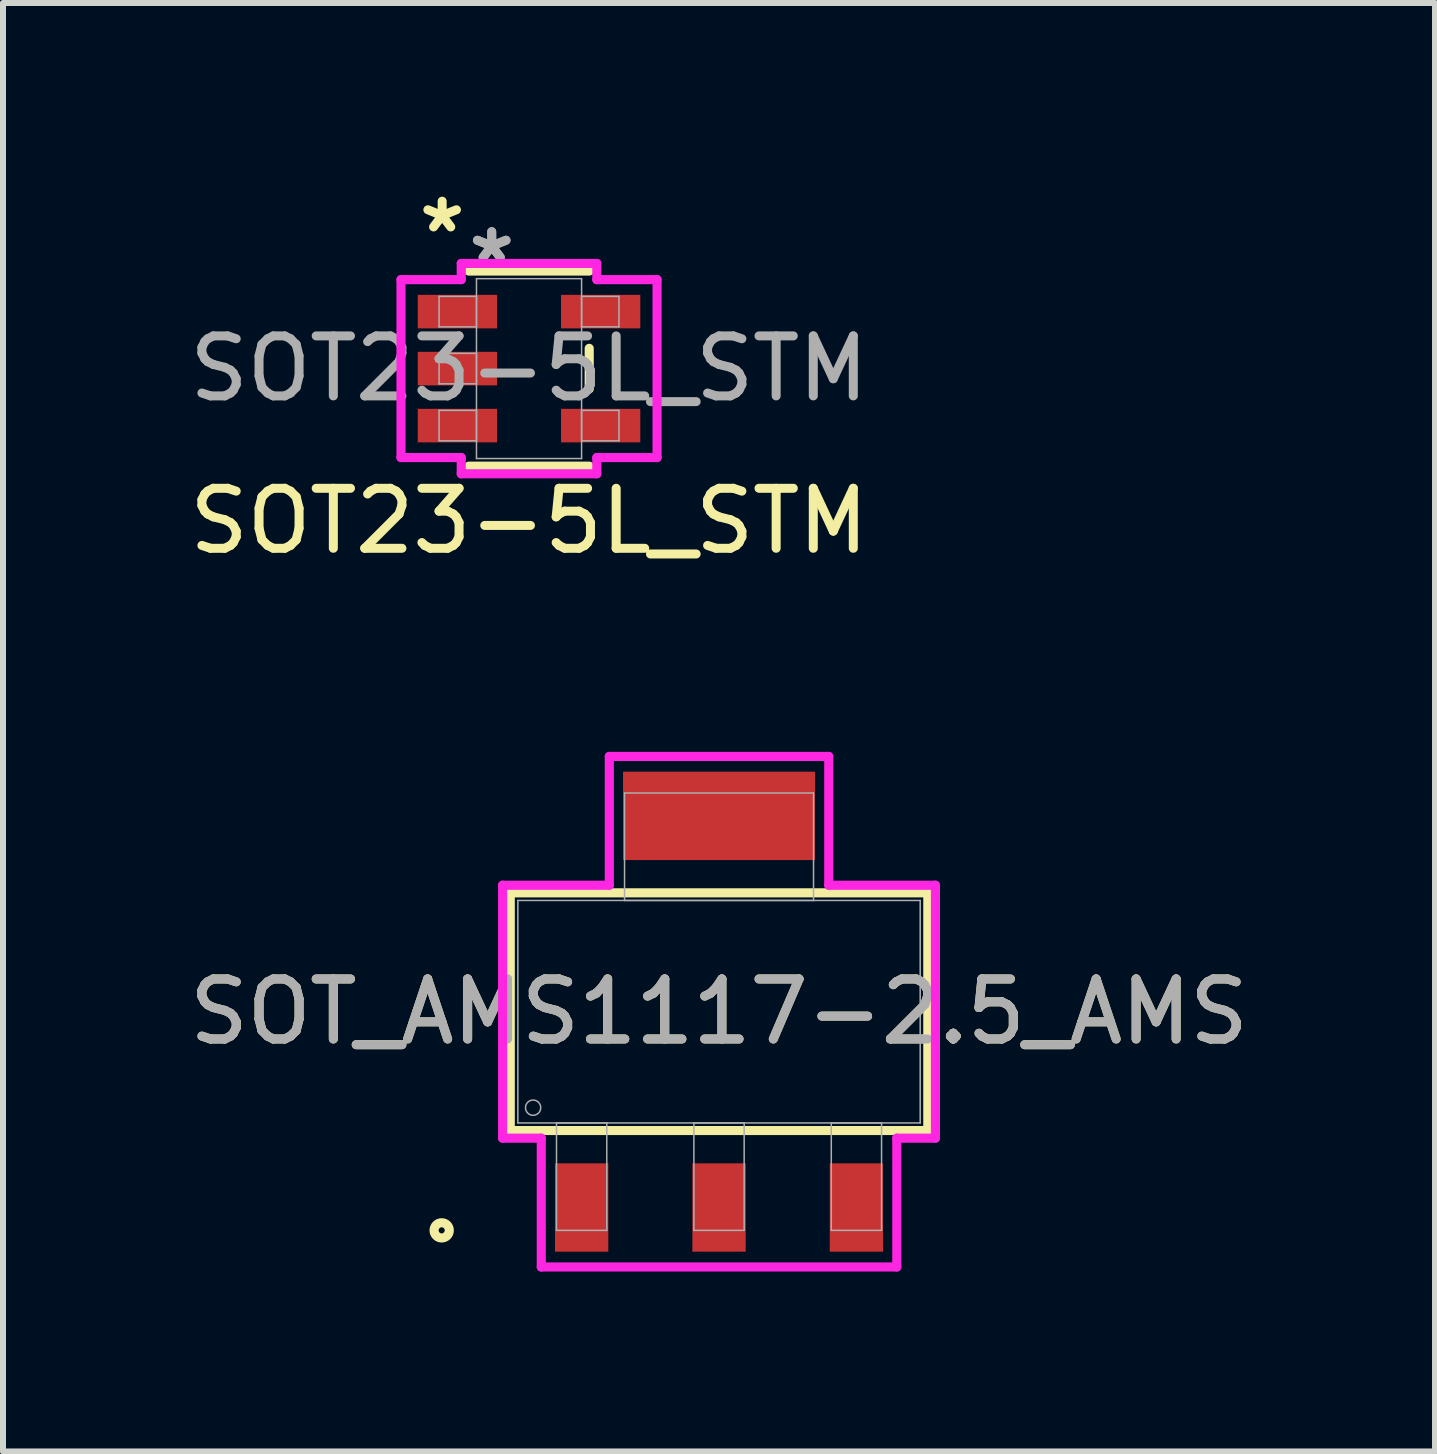
<source format=kicad_pcb>
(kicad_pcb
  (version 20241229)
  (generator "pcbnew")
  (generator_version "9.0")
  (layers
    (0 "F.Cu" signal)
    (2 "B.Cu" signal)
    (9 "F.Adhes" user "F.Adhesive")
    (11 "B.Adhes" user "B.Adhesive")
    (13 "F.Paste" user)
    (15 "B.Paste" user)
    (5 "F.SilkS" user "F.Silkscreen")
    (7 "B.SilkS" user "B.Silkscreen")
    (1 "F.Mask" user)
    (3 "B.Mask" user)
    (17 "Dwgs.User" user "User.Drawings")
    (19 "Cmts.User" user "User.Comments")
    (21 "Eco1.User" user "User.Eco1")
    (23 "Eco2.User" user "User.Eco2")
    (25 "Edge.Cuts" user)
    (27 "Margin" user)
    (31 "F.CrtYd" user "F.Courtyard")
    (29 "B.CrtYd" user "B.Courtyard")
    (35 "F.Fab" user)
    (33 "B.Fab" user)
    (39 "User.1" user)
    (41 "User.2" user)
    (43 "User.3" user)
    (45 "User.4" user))
  (footprint "SOT23-5L_STM"
    (layer "F.Cu")
    (at 5.768 3.094)
    (property "Reference" "SOT23-5L_STM" (at 0 2.54 0) (unlocked yes) (layer "F.SilkS") (effects (font (size 1 1) (thickness 0.15))))
    (attr smd)
    (fp_line (start -1.003 1.626) (end 1.003 1.626) (stroke (width 0.152) (type solid)) (layer "F.SilkS"))
    (fp_line (start 1.003 -1.626) (end -1.003 -1.626) (stroke (width 0.152) (type solid)) (layer "F.SilkS"))
    (fp_line (start 1.003 0.338) (end 1.003 -0.338) (stroke (width 0.152) (type solid)) (layer "F.SilkS"))
    (fp_line (start -2.134 -1.483) (end -1.13 -1.483) (stroke (width 0.152) (type solid)) (layer "F.CrtYd"))
    (fp_line (start -2.134 1.483) (end -2.134 -1.483) (stroke (width 0.152) (type solid)) (layer "F.CrtYd"))
    (fp_line (start -1.13 -1.753) (end 1.13 -1.753) (stroke (width 0.152) (type solid)) (layer "F.CrtYd"))
    (fp_line (start -1.13 -1.483) (end -1.13 -1.753) (stroke (width 0.152) (type solid)) (layer "F.CrtYd"))
    (fp_line (start -1.13 1.483) (end -2.134 1.483) (stroke (width 0.152) (type solid)) (layer "F.CrtYd"))
    (fp_line (start -1.13 1.753) (end -1.13 1.483) (stroke (width 0.152) (type solid)) (layer "F.CrtYd"))
    (fp_line (start 1.13 -1.753) (end 1.13 -1.483) (stroke (width 0.152) (type solid)) (layer "F.CrtYd"))
    (fp_line (start 1.13 -1.483) (end 2.134 -1.483) (stroke (width 0.152) (type solid)) (layer "F.CrtYd"))
    (fp_line (start 1.13 1.483) (end 1.13 1.753) (stroke (width 0.152) (type solid)) (layer "F.CrtYd"))
    (fp_line (start 1.13 1.753) (end -1.13 1.753) (stroke (width 0.152) (type solid)) (layer "F.CrtYd"))
    (fp_line (start 2.134 -1.483) (end 2.134 1.483) (stroke (width 0.152) (type solid)) (layer "F.CrtYd"))
    (fp_line (start 2.134 1.483) (end 1.13 1.483) (stroke (width 0.152) (type solid)) (layer "F.CrtYd"))
    (fp_line (start -1.499 -1.204) (end -1.499 -0.696) (stroke (width 0.025) (type solid)) (layer "F.Fab"))
    (fp_line (start -1.499 -0.696) (end -0.876 -0.696) (stroke (width 0.025) (type solid)) (layer "F.Fab"))
    (fp_line (start -1.499 -0.254) (end -1.499 0.254) (stroke (width 0.025) (type solid)) (layer "F.Fab"))
    (fp_line (start -1.499 0.254) (end -0.876 0.254) (stroke (width 0.025) (type solid)) (layer "F.Fab"))
    (fp_line (start -1.499 0.696) (end -1.499 1.204) (stroke (width 0.025) (type solid)) (layer "F.Fab"))
    (fp_line (start -1.499 1.204) (end -0.876 1.204) (stroke (width 0.025) (type solid)) (layer "F.Fab"))
    (fp_line (start -0.876 -1.499) (end -0.876 1.499) (stroke (width 0.025) (type solid)) (layer "F.Fab"))
    (fp_line (start -0.876 -1.204) (end -1.499 -1.204) (stroke (width 0.025) (type solid)) (layer "F.Fab"))
    (fp_line (start -0.876 -0.696) (end -0.876 -1.204) (stroke (width 0.025) (type solid)) (layer "F.Fab"))
    (fp_line (start -0.876 -0.254) (end -1.499 -0.254) (stroke (width 0.025) (type solid)) (layer "F.Fab"))
    (fp_line (start -0.876 0.254) (end -0.876 -0.254) (stroke (width 0.025) (type solid)) (layer "F.Fab"))
    (fp_line (start -0.876 0.696) (end -1.499 0.696) (stroke (width 0.025) (type solid)) (layer "F.Fab"))
    (fp_line (start -0.876 1.204) (end -0.876 0.696) (stroke (width 0.025) (type solid)) (layer "F.Fab"))
    (fp_line (start -0.876 1.499) (end 0.876 1.499) (stroke (width 0.025) (type solid)) (layer "F.Fab"))
    (fp_line (start 0.876 -1.499) (end -0.876 -1.499) (stroke (width 0.025) (type solid)) (layer "F.Fab"))
    (fp_line (start 0.876 -1.204) (end 0.876 -0.696) (stroke (width 0.025) (type solid)) (layer "F.Fab"))
    (fp_line (start 0.876 -0.696) (end 1.499 -0.696) (stroke (width 0.025) (type solid)) (layer "F.Fab"))
    (fp_line (start 0.876 0.696) (end 0.876 1.204) (stroke (width 0.025) (type solid)) (layer "F.Fab"))
    (fp_line (start 0.876 1.204) (end 1.499 1.204) (stroke (width 0.025) (type solid)) (layer "F.Fab"))
    (fp_line (start 0.876 1.499) (end 0.876 -1.499) (stroke (width 0.025) (type solid)) (layer "F.Fab"))
    (fp_line (start 1.499 -1.204) (end 0.876 -1.204) (stroke (width 0.025) (type solid)) (layer "F.Fab"))
    (fp_line (start 1.499 -0.696) (end 1.499 -1.204) (stroke (width 0.025) (type solid)) (layer "F.Fab"))
    (fp_line (start 1.499 0.696) (end 0.876 0.696) (stroke (width 0.025) (type solid)) (layer "F.Fab"))
    (fp_line (start 1.499 1.204) (end 1.499 0.696) (stroke (width 0.025) (type solid)) (layer "F.Fab"))
    (fp_text user "*" (at -1.448 -2.245 0) (layer "F.SilkS") (effects (font (size 1 1) (thickness 0.15))))
    (fp_text user "*" (at -0.622 -1.737 0) (layer "F.Fab") (effects (font (size 1 1) (thickness 0.15))))
    (fp_text user "${REFERENCE}" (at 0 0 0) (unlocked yes) (layer "F.Fab") (effects (font (size 1 1) (thickness 0.15))))
    (fp_text user "*" (at -0.622 -1.737 0) (unlocked yes) (layer "F.Fab") (effects (font (size 1 1) (thickness 0.15))))
    (pad "1" smd rect (at -1.194 -0.95) (size 1.321 0.559) (layers "F.Cu" "F.Mask" "F.Paste"))
    (pad "2" smd rect (at -1.194 0) (size 1.321 0.559) (layers "F.Cu" "F.Mask" "F.Paste"))
    (pad "3" smd rect (at -1.194 0.95) (size 1.321 0.559) (layers "F.Cu" "F.Mask" "F.Paste"))
    (pad "4" smd rect (at 1.194 0.95) (size 1.321 0.559) (layers "F.Cu" "F.Mask" "F.Paste"))
    (pad "5" smd rect (at 1.194 -0.95) (size 1.321 0.559) (layers "F.Cu" "F.Mask" "F.Paste")))
  (footprint "SOT_AMS1117-2.5_AMS"
    (layer "F.Cu")
    (at 8.935 13.813)
    (property "Reference" "SOT_AMS1117-2.5_AMS" (at 0 0 0) (unlocked yes) (layer "F.SilkS") (effects (font (size 1 1) (thickness 0.15))))
    (attr smd)
    (fp_line (start -3.48 -1.981) (end -3.48 1.981) (stroke (width 0.152) (type solid)) (layer "F.SilkS"))
    (fp_line (start -3.48 1.981) (end 3.48 1.981) (stroke (width 0.152) (type solid)) (layer "F.SilkS"))
    (fp_line (start 3.48 -1.981) (end -3.48 -1.981) (stroke (width 0.152) (type solid)) (layer "F.SilkS"))
    (fp_line (start 3.48 1.981) (end 3.48 -1.981) (stroke (width 0.152) (type solid)) (layer "F.SilkS"))
    (fp_circle (center -4.623 3.645) (end -4.496 3.645) (stroke (width 0.152) (type solid)) (fill no) (layer "F.SilkS"))
    (fp_line (start -3.607 -2.108) (end -1.829 -2.108) (stroke (width 0.152) (type solid)) (layer "F.CrtYd"))
    (fp_line (start -3.607 2.108) (end -3.607 -2.108) (stroke (width 0.152) (type solid)) (layer "F.CrtYd"))
    (fp_line (start -2.963 2.108) (end -3.607 2.108) (stroke (width 0.152) (type solid)) (layer "F.CrtYd"))
    (fp_line (start -2.963 4.255) (end -2.963 2.108) (stroke (width 0.152) (type solid)) (layer "F.CrtYd"))
    (fp_line (start -1.829 -4.255) (end 1.829 -4.255) (stroke (width 0.152) (type solid)) (layer "F.CrtYd"))
    (fp_line (start -1.829 -2.108) (end -1.829 -4.255) (stroke (width 0.152) (type solid)) (layer "F.CrtYd"))
    (fp_line (start 1.829 -4.255) (end 1.829 -2.108) (stroke (width 0.152) (type solid)) (layer "F.CrtYd"))
    (fp_line (start 1.829 -2.108) (end 3.607 -2.108) (stroke (width 0.152) (type solid)) (layer "F.CrtYd"))
    (fp_line (start 2.963 2.108) (end 2.963 4.255) (stroke (width 0.152) (type solid)) (layer "F.CrtYd"))
    (fp_line (start 2.963 4.255) (end -2.963 4.255) (stroke (width 0.152) (type solid)) (layer "F.CrtYd"))
    (fp_line (start 3.607 -2.108) (end 3.607 2.108) (stroke (width 0.152) (type solid)) (layer "F.CrtYd"))
    (fp_line (start 3.607 2.108) (end 2.963 2.108) (stroke (width 0.152) (type solid)) (layer "F.CrtYd"))
    (fp_line (start -3.353 -1.854) (end -3.353 1.854) (stroke (width 0.025) (type solid)) (layer "F.Fab"))
    (fp_line (start -3.353 1.854) (end 3.353 1.854) (stroke (width 0.025) (type solid)) (layer "F.Fab"))
    (fp_line (start -2.709 1.854) (end -2.709 3.645) (stroke (width 0.025) (type solid)) (layer "F.Fab"))
    (fp_line (start -2.709 3.645) (end -1.871 3.645) (stroke (width 0.025) (type solid)) (layer "F.Fab"))
    (fp_line (start -1.871 1.854) (end -2.709 1.854) (stroke (width 0.025) (type solid)) (layer "F.Fab"))
    (fp_line (start -1.871 3.645) (end -1.871 1.854) (stroke (width 0.025) (type solid)) (layer "F.Fab"))
    (fp_line (start -1.575 -3.645) (end -1.575 -1.854) (stroke (width 0.025) (type solid)) (layer "F.Fab"))
    (fp_line (start -1.575 -1.854) (end 1.575 -1.854) (stroke (width 0.025) (type solid)) (layer "F.Fab"))
    (fp_line (start -0.419 1.854) (end -0.419 3.645) (stroke (width 0.025) (type solid)) (layer "F.Fab"))
    (fp_line (start -0.419 3.645) (end 0.419 3.645) (stroke (width 0.025) (type solid)) (layer "F.Fab"))
    (fp_line (start 0.419 1.854) (end -0.419 1.854) (stroke (width 0.025) (type solid)) (layer "F.Fab"))
    (fp_line (start 0.419 3.645) (end 0.419 1.854) (stroke (width 0.025) (type solid)) (layer "F.Fab"))
    (fp_line (start 1.575 -3.645) (end -1.575 -3.645) (stroke (width 0.025) (type solid)) (layer "F.Fab"))
    (fp_line (start 1.575 -1.854) (end 1.575 -3.645) (stroke (width 0.025) (type solid)) (layer "F.Fab"))
    (fp_line (start 1.871 1.854) (end 1.871 3.645) (stroke (width 0.025) (type solid)) (layer "F.Fab"))
    (fp_line (start 1.871 3.645) (end 2.709 3.645) (stroke (width 0.025) (type solid)) (layer "F.Fab"))
    (fp_line (start 2.709 1.854) (end 1.871 1.854) (stroke (width 0.025) (type solid)) (layer "F.Fab"))
    (fp_line (start 2.709 3.645) (end 2.709 1.854) (stroke (width 0.025) (type solid)) (layer "F.Fab"))
    (fp_line (start 3.353 -1.854) (end -3.353 -1.854) (stroke (width 0.025) (type solid)) (layer "F.Fab"))
    (fp_line (start 3.353 1.854) (end 3.353 -1.854) (stroke (width 0.025) (type solid)) (layer "F.Fab"))
    (fp_circle (center -3.099 1.6) (end -2.972 1.6) (stroke (width 0.025) (type solid)) (fill no) (layer "F.Fab"))
    (fp_text user "${REFERENCE}" (at 0 0 0) (unlocked yes) (layer "F.Fab") (effects (font (size 1 1) (thickness 0.15))))
    (pad "1" smd rect (at -2.29 3.264) (size 0.889 1.473) (layers "F.Cu" "F.Mask" "F.Paste"))
    (pad "2" smd rect (at 0 3.264) (size 0.889 1.473) (layers "F.Cu" "F.Mask" "F.Paste"))
    (pad "3" smd rect (at 2.29 3.264) (size 0.889 1.473) (layers "F.Cu" "F.Mask" "F.Paste"))
    (pad "4" smd rect (at 0 -3.264) (size 3.2 1.473) (layers "F.Cu" "F.Mask" "F.Paste")))
  (gr_rect
    (start -3 -3)
    (end 20.869 21.143)
    (stroke (width 0.1) (type default))
    (fill no)
    (layer "Edge.Cuts")))
</source>
